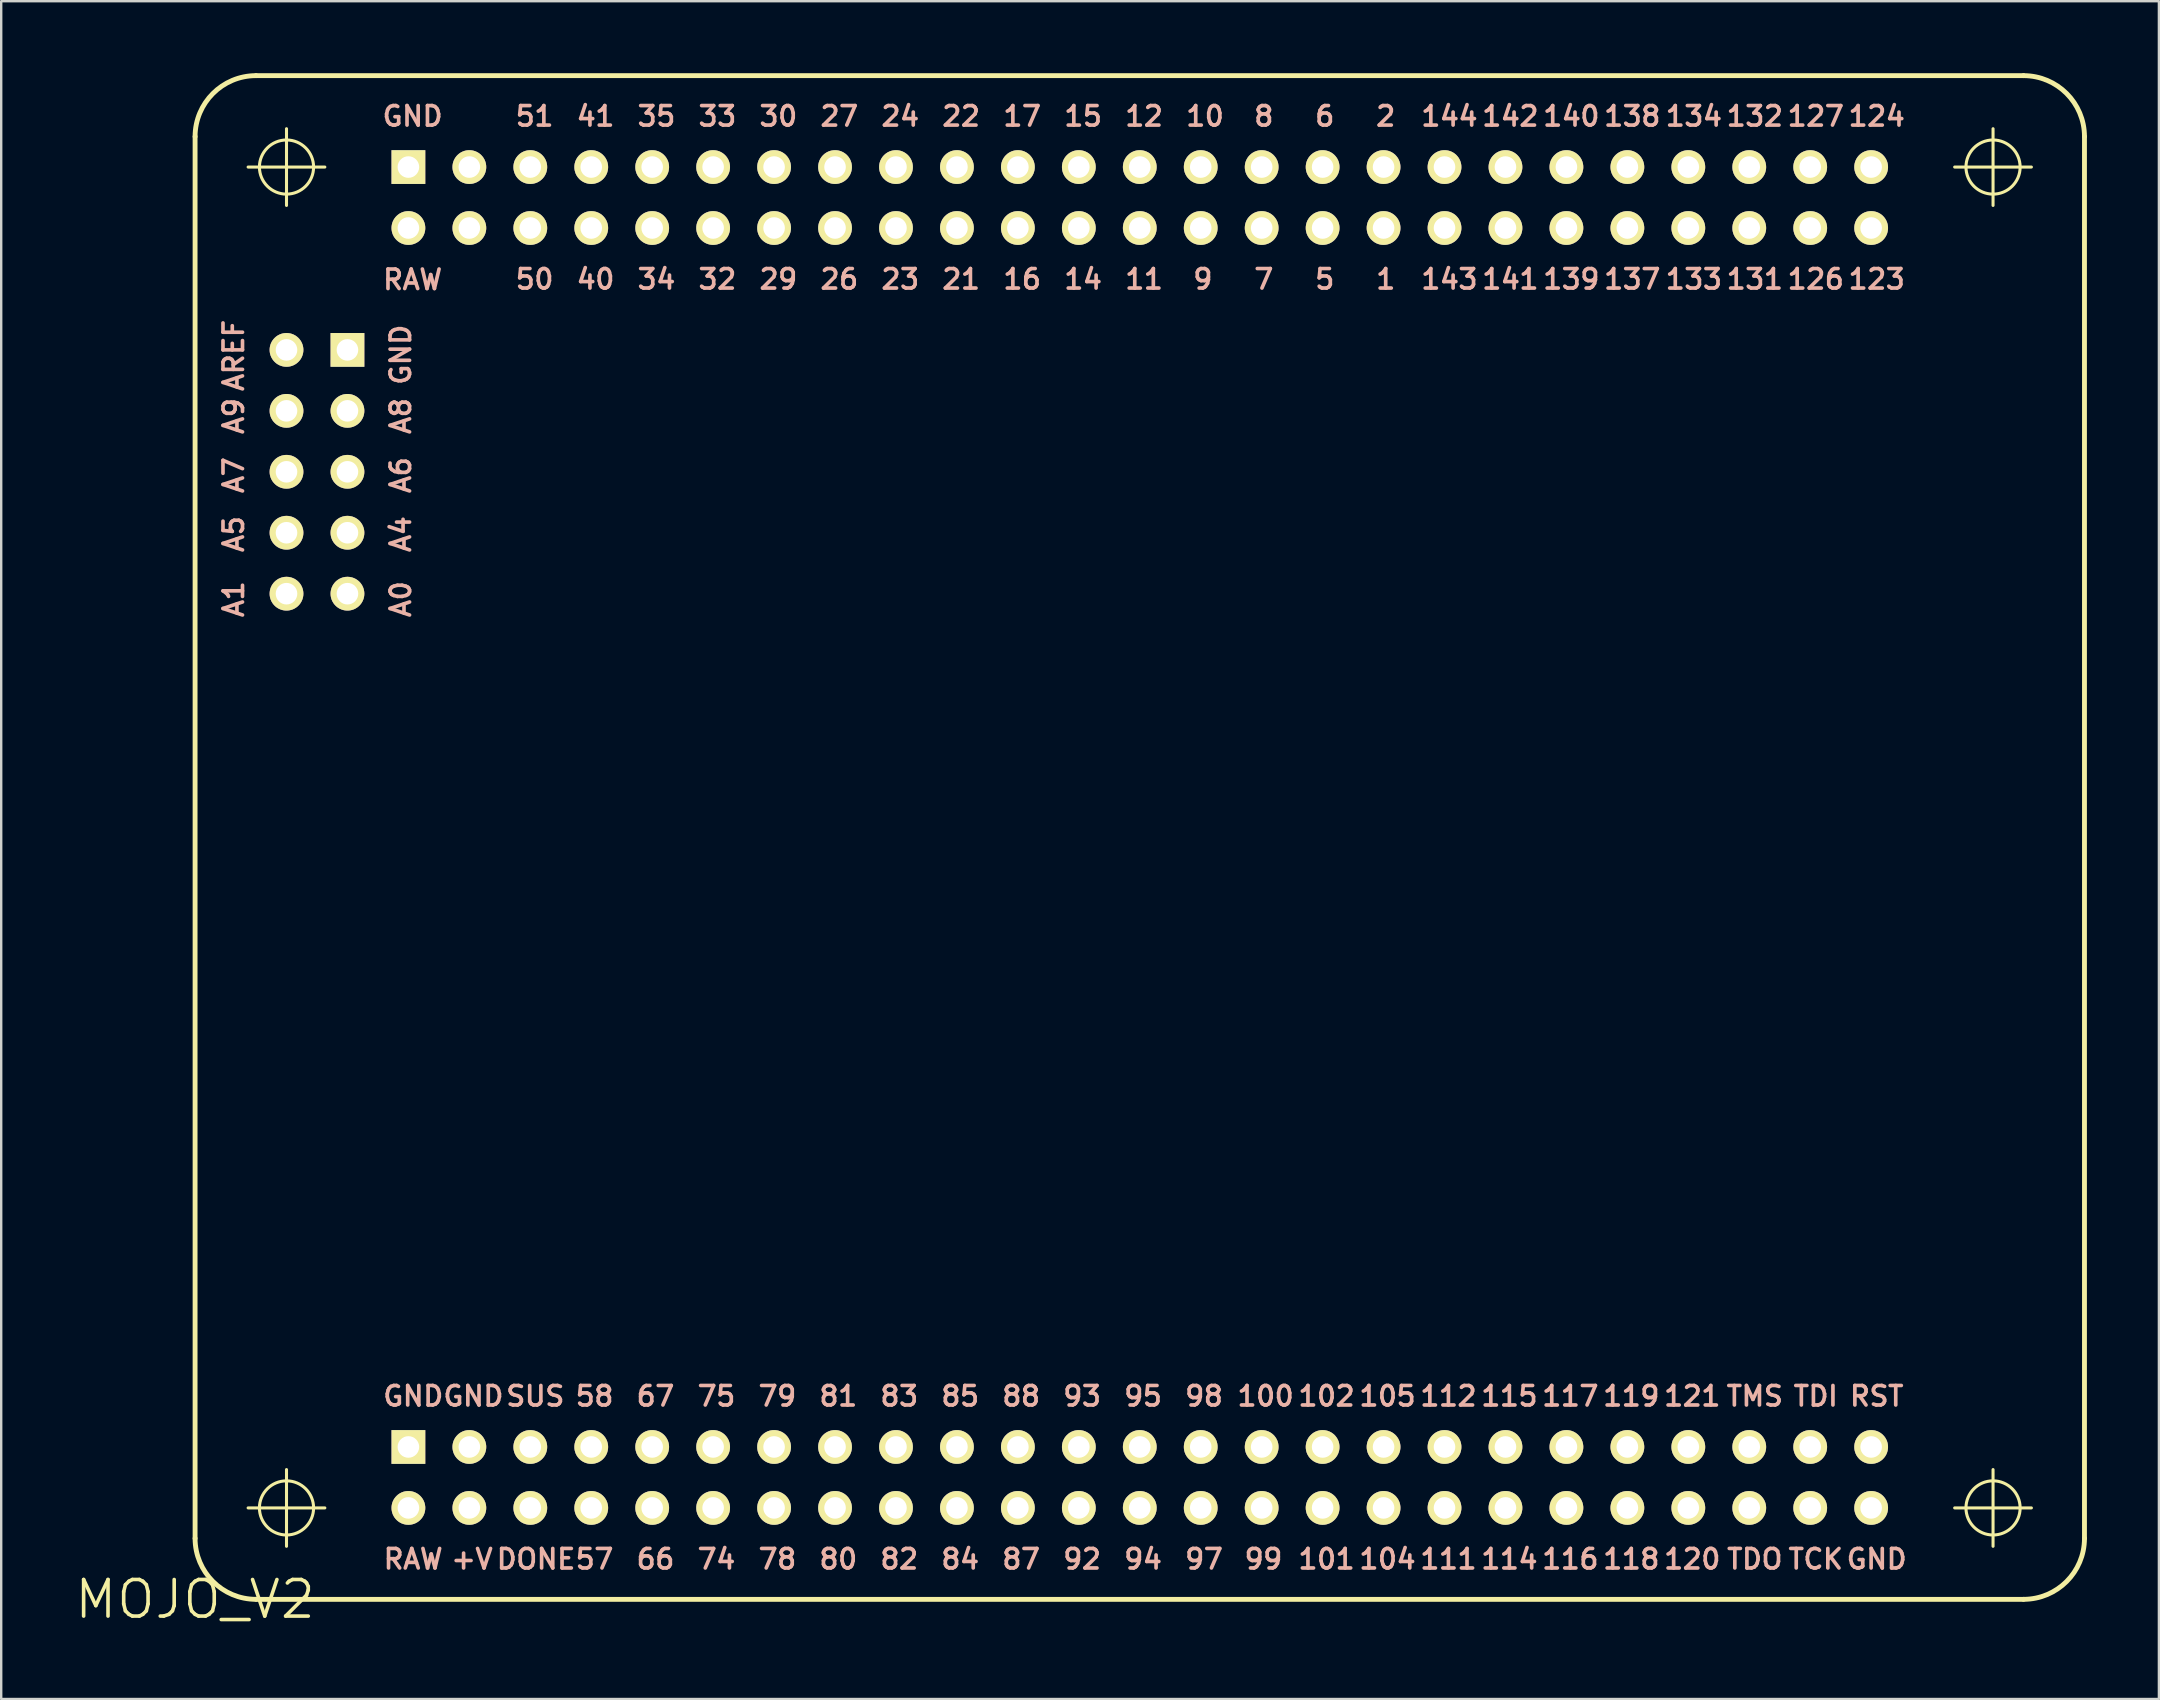
<source format=kicad_pcb>
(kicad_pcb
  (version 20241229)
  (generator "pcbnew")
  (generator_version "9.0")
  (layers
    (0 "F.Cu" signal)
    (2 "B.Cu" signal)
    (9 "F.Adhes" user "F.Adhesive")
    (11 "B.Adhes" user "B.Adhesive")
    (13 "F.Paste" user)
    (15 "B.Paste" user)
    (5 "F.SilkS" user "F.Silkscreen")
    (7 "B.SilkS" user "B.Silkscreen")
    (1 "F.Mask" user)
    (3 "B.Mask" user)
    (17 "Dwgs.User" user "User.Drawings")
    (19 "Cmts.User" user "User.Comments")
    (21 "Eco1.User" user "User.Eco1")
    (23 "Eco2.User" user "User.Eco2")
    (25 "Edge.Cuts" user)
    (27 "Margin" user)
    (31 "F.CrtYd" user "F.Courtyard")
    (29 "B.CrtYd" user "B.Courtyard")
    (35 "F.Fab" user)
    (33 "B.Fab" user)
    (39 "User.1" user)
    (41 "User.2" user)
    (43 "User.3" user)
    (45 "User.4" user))
  (footprint "MOJO_V2"
    (layer "F.Cu")
    (at 5.08 63.602)
    (property "Reference" "MOJO_V2" (at 0 0 0) (layer "F.SilkS") (effects (font (size 1.524 1.524) (thickness 0.15))))
    (attr exclude_from_pos_files exclude_from_bom)
    (fp_line (start 0 -60.96) (end 0 -2.54) (stroke (width 0.203) (type solid)) (layer "F.SilkS"))
    (fp_line (start 2.21 -59.69) (end 5.408 -59.69) (stroke (width 0.127) (type solid)) (layer "F.SilkS"))
    (fp_line (start 2.21 -3.81) (end 5.408 -3.81) (stroke (width 0.127) (type solid)) (layer "F.SilkS"))
    (fp_line (start 2.54 0) (end 76.2 0) (stroke (width 0.203) (type solid)) (layer "F.SilkS"))
    (fp_line (start 3.81 -58.09) (end 3.81 -61.288) (stroke (width 0.127) (type solid)) (layer "F.SilkS"))
    (fp_line (start 3.81 -2.21) (end 3.81 -5.408) (stroke (width 0.127) (type solid)) (layer "F.SilkS"))
    (fp_line (start 73.33 -59.69) (end 76.528 -59.69) (stroke (width 0.127) (type solid)) (layer "F.SilkS"))
    (fp_line (start 73.33 -3.81) (end 76.528 -3.81) (stroke (width 0.127) (type solid)) (layer "F.SilkS"))
    (fp_line (start 74.93 -58.09) (end 74.93 -61.288) (stroke (width 0.127) (type solid)) (layer "F.SilkS"))
    (fp_line (start 74.93 -2.21) (end 74.93 -5.408) (stroke (width 0.127) (type solid)) (layer "F.SilkS"))
    (fp_line (start 76.2 -63.5) (end 2.54 -63.5) (stroke (width 0.203) (type solid)) (layer "F.SilkS"))
    (fp_line (start 78.74 -2.54) (end 78.74 -60.96) (stroke (width 0.203) (type solid)) (layer "F.SilkS"))
    (fp_arc (start 0 -60.96) (mid 0.743949 -62.756051) (end 2.54 -63.5) (stroke (width 0.2032) (type solid)) (layer "F.SilkS"))
    (fp_arc (start 2.54 0) (mid 0.743949 -0.743949) (end 0 -2.54) (stroke (width 0.2032) (type solid)) (layer "F.SilkS"))
    (fp_arc (start 76.2 -63.5) (mid 77.996051 -62.756051) (end 78.74 -60.96) (stroke (width 0.2032) (type solid)) (layer "F.SilkS"))
    (fp_arc (start 78.74 -2.54) (mid 77.996051 -0.743949) (end 76.2 0) (stroke (width 0.2032) (type solid)) (layer "F.SilkS"))
    (fp_circle (center 3.81 -59.69) (end 4.608 -60.488) (stroke (width 0.127) (type solid)) (fill no) (layer "F.SilkS"))
    (fp_circle (center 3.81 -3.81) (end 4.608 -4.608) (stroke (width 0.127) (type solid)) (fill no) (layer "F.SilkS"))
    (fp_circle (center 74.93 -59.69) (end 75.728 -60.488) (stroke (width 0.127) (type solid)) (fill no) (layer "F.SilkS"))
    (fp_circle (center 74.93 -3.81) (end 75.728 -4.608) (stroke (width 0.127) (type solid)) (fill no) (layer "F.SilkS"))
    (fp_text user "5" (at 47.079 -55.016 0) (layer "B.SilkS") (effects (font (size 0.813 0.813) (thickness 0.152))))
    (fp_text user "GND" (at 11.6 -8.468 0) (layer "B.SilkS") (effects (font (size 0.813 0.813) (thickness 0.152))))
    (fp_text user "15" (at 37.008 -61.808 0) (layer "B.SilkS") (effects (font (size 0.813 0.813) (thickness 0.152))))
    (fp_text user "A8" (at 8.57 -49.312 270) (layer "B.SilkS") (effects (font (size 0.813 0.813) (thickness 0.152))))
    (fp_text user "144" (at 52.273 -61.808 0) (layer "B.SilkS") (effects (font (size 0.813 0.813) (thickness 0.152))))
    (fp_text user "104" (at 49.693 -1.676 0) (layer "B.SilkS") (effects (font (size 0.813 0.813) (thickness 0.152))))
    (fp_text user "41" (at 16.688 -61.808 0) (layer "B.SilkS") (effects (font (size 0.813 0.813) (thickness 0.152))))
    (fp_text user "A9" (at 1.608 -49.312 270) (layer "B.SilkS") (effects (font (size 0.813 0.813) (thickness 0.152))))
    (fp_text user "92" (at 36.967 -1.676 0) (layer "B.SilkS") (effects (font (size 0.813 0.813) (thickness 0.152))))
    (fp_text user "118" (at 59.853 -1.676 0) (layer "B.SilkS") (effects (font (size 0.813 0.813) (thickness 0.152))))
    (fp_text user "100" (at 44.613 -8.468 0) (layer "B.SilkS") (effects (font (size 0.813 0.813) (thickness 0.152))))
    (fp_text user "126" (at 67.541 -55.016 0) (layer "B.SilkS") (effects (font (size 0.813 0.813) (thickness 0.152))))
    (fp_text user "75" (at 21.727 -8.468 0) (layer "B.SilkS") (effects (font (size 0.813 0.813) (thickness 0.152))))
    (fp_text user "29" (at 24.308 -55.016 0) (layer "B.SilkS") (effects (font (size 0.813 0.813) (thickness 0.152))))
    (fp_text user "143" (at 52.273 -55.016 0) (layer "B.SilkS") (effects (font (size 0.813 0.813) (thickness 0.152))))
    (fp_text user "50" (at 14.148 -55.016 0) (layer "B.SilkS") (effects (font (size 0.813 0.813) (thickness 0.152))))
    (fp_text user "115" (at 54.773 -8.468 0) (layer "B.SilkS") (effects (font (size 0.813 0.813) (thickness 0.152))))
    (fp_text user "99" (at 44.524 -1.676 0) (layer "B.SilkS") (effects (font (size 0.813 0.813) (thickness 0.152))))
    (fp_text user "140" (at 57.353 -61.808 0) (layer "B.SilkS") (effects (font (size 0.813 0.813) (thickness 0.152))))
    (fp_text user "DONE" (at 14.209 -1.676 0) (layer "B.SilkS") (effects (font (size 0.813 0.813) (thickness 0.152))))
    (fp_text user "67" (at 19.187 -8.468 0) (layer "B.SilkS") (effects (font (size 0.813 0.813) (thickness 0.152))))
    (fp_text user "12" (at 39.548 -61.808 0) (layer "B.SilkS") (effects (font (size 0.813 0.813) (thickness 0.152))))
    (fp_text user "7" (at 44.539 -55.016 0) (layer "B.SilkS") (effects (font (size 0.813 0.813) (thickness 0.152))))
    (fp_text user "133" (at 62.461 -55.016 0) (layer "B.SilkS") (effects (font (size 0.813 0.813) (thickness 0.152))))
    (fp_text user "66" (at 19.187 -1.676 0) (layer "B.SilkS") (effects (font (size 0.813 0.813) (thickness 0.152))))
    (fp_text user "79" (at 24.267 -8.468 0) (layer "B.SilkS") (effects (font (size 0.813 0.813) (thickness 0.152))))
    (fp_text user "57" (at 16.647 -1.676 0) (layer "B.SilkS") (effects (font (size 0.813 0.813) (thickness 0.152))))
    (fp_text user "30" (at 24.308 -61.808 0) (layer "B.SilkS") (effects (font (size 0.813 0.813) (thickness 0.152))))
    (fp_text user "102" (at 47.153 -8.468 0) (layer "B.SilkS") (effects (font (size 0.813 0.813) (thickness 0.152))))
    (fp_text user "58" (at 16.647 -8.468 0) (layer "B.SilkS") (effects (font (size 0.813 0.813) (thickness 0.152))))
    (fp_text user "+V" (at 11.539 -1.676 0) (layer "B.SilkS") (effects (font (size 0.813 0.813) (thickness 0.152))))
    (fp_text user "123" (at 70.081 -55.016 0) (layer "B.SilkS") (effects (font (size 0.813 0.813) (thickness 0.152))))
    (fp_text user "101" (at 47.153 -1.676 0) (layer "B.SilkS") (effects (font (size 0.813 0.813) (thickness 0.152))))
    (fp_text user "A0" (at 8.57 -41.681 270) (layer "B.SilkS") (effects (font (size 0.813 0.813) (thickness 0.152))))
    (fp_text user "120" (at 62.393 -1.676 0) (layer "B.SilkS") (effects (font (size 0.813 0.813) (thickness 0.152))))
    (fp_text user "35" (at 19.228 -61.808 0) (layer "B.SilkS") (effects (font (size 0.813 0.813) (thickness 0.152))))
    (fp_text user "TMS" (at 65.001 -8.468 0) (layer "B.SilkS") (effects (font (size 0.813 0.813) (thickness 0.152))))
    (fp_text user "95" (at 39.507 -8.468 0) (layer "B.SilkS") (effects (font (size 0.813 0.813) (thickness 0.152))))
    (fp_text user "TCK" (at 67.541 -1.676 0) (layer "B.SilkS") (effects (font (size 0.813 0.813) (thickness 0.152))))
    (fp_text user "40" (at 16.688 -55.016 0) (layer "B.SilkS") (effects (font (size 0.813 0.813) (thickness 0.152))))
    (fp_text user "A1" (at 1.608 -41.681 270) (layer "B.SilkS") (effects (font (size 0.813 0.813) (thickness 0.152))))
    (fp_text user "112" (at 52.233 -8.468 0) (layer "B.SilkS") (effects (font (size 0.813 0.813) (thickness 0.152))))
    (fp_text user "26" (at 26.848 -55.016 0) (layer "B.SilkS") (effects (font (size 0.813 0.813) (thickness 0.152))))
    (fp_text user "GND" (at 8.57 -51.869 270) (layer "B.SilkS") (effects (font (size 0.813 0.813) (thickness 0.152))))
    (fp_text user "141" (at 54.813 -55.016 0) (layer "B.SilkS") (effects (font (size 0.813 0.813) (thickness 0.152))))
    (fp_text user "GND" (at 9.065 -61.808 0) (layer "B.SilkS") (effects (font (size 0.813 0.813) (thickness 0.152))))
    (fp_text user "80" (at 26.807 -1.676 0) (layer "B.SilkS") (effects (font (size 0.813 0.813) (thickness 0.152))))
    (fp_text user "6" (at 47.079 -61.808 0) (layer "B.SilkS") (effects (font (size 0.813 0.813) (thickness 0.152))))
    (fp_text user "17" (at 34.468 -61.808 0) (layer "B.SilkS") (effects (font (size 0.813 0.813) (thickness 0.152))))
    (fp_text user "24" (at 29.388 -61.808 0) (layer "B.SilkS") (effects (font (size 0.813 0.813) (thickness 0.152))))
    (fp_text user "A6" (at 8.57 -46.85 270) (layer "B.SilkS") (effects (font (size 0.813 0.813) (thickness 0.152))))
    (fp_text user "14" (at 37.008 -55.016 0) (layer "B.SilkS") (effects (font (size 0.813 0.813) (thickness 0.152))))
    (fp_text user "23" (at 29.388 -55.016 0) (layer "B.SilkS") (effects (font (size 0.813 0.813) (thickness 0.152))))
    (fp_text user "83" (at 29.347 -8.468 0) (layer "B.SilkS") (effects (font (size 0.813 0.813) (thickness 0.152))))
    (fp_text user "138" (at 59.893 -61.808 0) (layer "B.SilkS") (effects (font (size 0.813 0.813) (thickness 0.152))))
    (fp_text user "98" (at 42.047 -8.468 0) (layer "B.SilkS") (effects (font (size 0.813 0.813) (thickness 0.152))))
    (fp_text user "GND" (at 70.081 -1.676 0) (layer "B.SilkS") (effects (font (size 0.813 0.813) (thickness 0.152))))
    (fp_text user "A7" (at 1.608 -46.85 270) (layer "B.SilkS") (effects (font (size 0.813 0.813) (thickness 0.152))))
    (fp_text user "134" (at 62.461 -61.808 0) (layer "B.SilkS") (effects (font (size 0.813 0.813) (thickness 0.152))))
    (fp_text user "119" (at 59.853 -8.468 0) (layer "B.SilkS") (effects (font (size 0.813 0.813) (thickness 0.152))))
    (fp_text user "32" (at 21.768 -55.016 0) (layer "B.SilkS") (effects (font (size 0.813 0.813) (thickness 0.152))))
    (fp_text user "11" (at 39.548 -55.016 0) (layer "B.SilkS") (effects (font (size 0.813 0.813) (thickness 0.152))))
    (fp_text user "87" (at 34.427 -1.676 0) (layer "B.SilkS") (effects (font (size 0.813 0.813) (thickness 0.152))))
    (fp_text user "SUS" (at 14.178 -8.468 0) (layer "B.SilkS") (effects (font (size 0.813 0.813) (thickness 0.152))))
    (fp_text user "84" (at 31.887 -1.676 0) (layer "B.SilkS") (effects (font (size 0.813 0.813) (thickness 0.152))))
    (fp_text user "88" (at 34.427 -8.468 0) (layer "B.SilkS") (effects (font (size 0.813 0.813) (thickness 0.152))))
    (fp_text user "1" (at 49.619 -55.016 0) (layer "B.SilkS") (effects (font (size 0.813 0.813) (thickness 0.152))))
    (fp_text user "97" (at 42.047 -1.676 0) (layer "B.SilkS") (effects (font (size 0.813 0.813) (thickness 0.152))))
    (fp_text user "121" (at 62.393 -8.468 0) (layer "B.SilkS") (effects (font (size 0.813 0.813) (thickness 0.152))))
    (fp_text user "82" (at 29.347 -1.676 0) (layer "B.SilkS") (effects (font (size 0.813 0.813) (thickness 0.152))))
    (fp_text user "124" (at 70.081 -61.808 0) (layer "B.SilkS") (effects (font (size 0.813 0.813) (thickness 0.152))))
    (fp_text user "94" (at 39.507 -1.676 0) (layer "B.SilkS") (effects (font (size 0.813 0.813) (thickness 0.152))))
    (fp_text user "RST" (at 70.081 -8.468 0) (layer "B.SilkS") (effects (font (size 0.813 0.813) (thickness 0.152))))
    (fp_text user "TDI" (at 67.541 -8.468 0) (layer "B.SilkS") (effects (font (size 0.813 0.813) (thickness 0.152))))
    (fp_text user "114" (at 54.773 -1.676 0) (layer "B.SilkS") (effects (font (size 0.813 0.813) (thickness 0.152))))
    (fp_text user "142" (at 54.813 -61.808 0) (layer "B.SilkS") (effects (font (size 0.813 0.813) (thickness 0.152))))
    (fp_text user "8" (at 44.539 -61.808 0) (layer "B.SilkS") (effects (font (size 0.813 0.813) (thickness 0.152))))
    (fp_text user "51" (at 14.148 -61.808 0) (layer "B.SilkS") (effects (font (size 0.813 0.813) (thickness 0.152))))
    (fp_text user "TDO" (at 65.001 -1.676 0) (layer "B.SilkS") (effects (font (size 0.813 0.813) (thickness 0.152))))
    (fp_text user "74" (at 21.727 -1.676 0) (layer "B.SilkS") (effects (font (size 0.813 0.813) (thickness 0.152))))
    (fp_text user "78" (at 24.267 -1.676 0) (layer "B.SilkS") (effects (font (size 0.813 0.813) (thickness 0.152))))
    (fp_text user "139" (at 57.353 -55.016 0) (layer "B.SilkS") (effects (font (size 0.813 0.813) (thickness 0.152))))
    (fp_text user "81" (at 26.807 -8.468 0) (layer "B.SilkS") (effects (font (size 0.813 0.813) (thickness 0.152))))
    (fp_text user "85" (at 31.887 -8.468 0) (layer "B.SilkS") (effects (font (size 0.813 0.813) (thickness 0.152))))
    (fp_text user "33" (at 21.768 -61.808 0) (layer "B.SilkS") (effects (font (size 0.813 0.813) (thickness 0.152))))
    (fp_text user "AREF" (at 1.608 -51.839 270) (layer "B.SilkS") (effects (font (size 0.813 0.813) (thickness 0.152))))
    (fp_text user "A5" (at 1.608 -44.392 270) (layer "B.SilkS") (effects (font (size 0.813 0.813) (thickness 0.152))))
    (fp_text user "A4" (at 8.57 -44.392 270) (layer "B.SilkS") (effects (font (size 0.813 0.813) (thickness 0.152))))
    (fp_text user "117" (at 57.313 -8.468 0) (layer "B.SilkS") (effects (font (size 0.813 0.813) (thickness 0.152))))
    (fp_text user "9" (at 41.999 -55.016 0) (layer "B.SilkS") (effects (font (size 0.813 0.813) (thickness 0.152))))
    (fp_text user "RAW" (at 9.088 -1.676 0) (layer "B.SilkS") (effects (font (size 0.813 0.813) (thickness 0.152))))
    (fp_text user "10" (at 42.088 -61.808 0) (layer "B.SilkS") (effects (font (size 0.813 0.813) (thickness 0.152))))
    (fp_text user "111" (at 52.233 -1.676 0) (layer "B.SilkS") (effects (font (size 0.813 0.813) (thickness 0.152))))
    (fp_text user "34" (at 19.228 -55.016 0) (layer "B.SilkS") (effects (font (size 0.813 0.813) (thickness 0.152))))
    (fp_text user "105" (at 49.693 -8.468 0) (layer "B.SilkS") (effects (font (size 0.813 0.813) (thickness 0.152))))
    (fp_text user "GND" (at 9.093 -8.468 0) (layer "B.SilkS") (effects (font (size 0.813 0.813) (thickness 0.152))))
    (fp_text user "2" (at 49.619 -61.808 0) (layer "B.SilkS") (effects (font (size 0.813 0.813) (thickness 0.152))))
    (fp_text user "132" (at 65.001 -61.808 0) (layer "B.SilkS") (effects (font (size 0.813 0.813) (thickness 0.152))))
    (fp_text user "27" (at 26.848 -61.808 0) (layer "B.SilkS") (effects (font (size 0.813 0.813) (thickness 0.152))))
    (fp_text user "21" (at 31.925 -55.016 0) (layer "B.SilkS") (effects (font (size 0.813 0.813) (thickness 0.152))))
    (fp_text user "131" (at 65.001 -55.016 0) (layer "B.SilkS") (effects (font (size 0.813 0.813) (thickness 0.152))))
    (fp_text user "RAW" (at 9.065 -54.996 0) (layer "B.SilkS") (effects (font (size 0.813 0.813) (thickness 0.152))))
    (fp_text user "137" (at 59.893 -55.016 0) (layer "B.SilkS") (effects (font (size 0.813 0.813) (thickness 0.152))))
    (fp_text user "93" (at 36.967 -8.468 0) (layer "B.SilkS") (effects (font (size 0.813 0.813) (thickness 0.152))))
    (fp_text user "22" (at 31.925 -61.808 0) (layer "B.SilkS") (effects (font (size 0.813 0.813) (thickness 0.152))))
    (fp_text user "127" (at 67.541 -61.808 0) (layer "B.SilkS") (effects (font (size 0.813 0.813) (thickness 0.152))))
    (fp_text user "16" (at 34.468 -55.016 0) (layer "B.SilkS") (effects (font (size 0.813 0.813) (thickness 0.152))))
    (fp_text user "116" (at 57.313 -1.676 0) (layer "B.SilkS") (effects (font (size 0.813 0.813) (thickness 0.152))))
    (pad "1" thru_hole circle (at 49.53 -57.15) (size 1.407 1.407) (drill 0.899) (layers "*.Cu" "F.Mask" "F.SilkS" "F.Paste"))
    (pad "2" thru_hole circle (at 49.53 -59.69) (size 1.407 1.407) (drill 0.899) (layers "*.Cu" "F.Mask" "F.SilkS" "F.Paste"))
    (pad "5" thru_hole circle (at 46.99 -57.15) (size 1.407 1.407) (drill 0.899) (layers "*.Cu" "F.Mask" "F.SilkS" "F.Paste"))
    (pad "6" thru_hole circle (at 46.99 -59.69) (size 1.407 1.407) (drill 0.899) (layers "*.Cu" "F.Mask" "F.SilkS" "F.Paste"))
    (pad "7" thru_hole circle (at 44.45 -57.15) (size 1.407 1.407) (drill 0.899) (layers "*.Cu" "F.Mask" "F.SilkS" "F.Paste"))
    (pad "8" thru_hole circle (at 44.45 -59.69) (size 1.407 1.407) (drill 0.899) (layers "*.Cu" "F.Mask" "F.SilkS" "F.Paste"))
    (pad "9" thru_hole circle (at 41.91 -57.15) (size 1.407 1.407) (drill 0.899) (layers "*.Cu" "F.Mask" "F.SilkS" "F.Paste"))
    (pad "10" thru_hole circle (at 41.91 -59.69) (size 1.407 1.407) (drill 0.899) (layers "*.Cu" "F.Mask" "F.SilkS" "F.Paste"))
    (pad "11" thru_hole circle (at 39.37 -57.15) (size 1.407 1.407) (drill 0.899) (layers "*.Cu" "F.Mask" "F.SilkS" "F.Paste"))
    (pad "12" thru_hole circle (at 39.37 -59.69) (size 1.407 1.407) (drill 0.899) (layers "*.Cu" "F.Mask" "F.SilkS" "F.Paste"))
    (pad "14" thru_hole circle (at 36.83 -57.15) (size 1.407 1.407) (drill 0.899) (layers "*.Cu" "F.Mask" "F.SilkS" "F.Paste"))
    (pad "15" thru_hole circle (at 36.83 -59.69) (size 1.407 1.407) (drill 0.899) (layers "*.Cu" "F.Mask" "F.SilkS" "F.Paste"))
    (pad "16" thru_hole circle (at 34.29 -57.15) (size 1.407 1.407) (drill 0.899) (layers "*.Cu" "F.Mask" "F.SilkS" "F.Paste"))
    (pad "17" thru_hole circle (at 34.29 -59.69) (size 1.407 1.407) (drill 0.899) (layers "*.Cu" "F.Mask" "F.SilkS" "F.Paste"))
    (pad "21" thru_hole circle (at 31.75 -57.15) (size 1.407 1.407) (drill 0.899) (layers "*.Cu" "F.Mask" "F.SilkS" "F.Paste"))
    (pad "22" thru_hole circle (at 31.75 -59.69) (size 1.407 1.407) (drill 0.899) (layers "*.Cu" "F.Mask" "F.SilkS" "F.Paste"))
    (pad "23" thru_hole circle (at 29.21 -57.15) (size 1.407 1.407) (drill 0.899) (layers "*.Cu" "F.Mask" "F.SilkS" "F.Paste"))
    (pad "24" thru_hole circle (at 29.21 -59.69) (size 1.407 1.407) (drill 0.899) (layers "*.Cu" "F.Mask" "F.SilkS" "F.Paste"))
    (pad "26" thru_hole circle (at 26.67 -57.15) (size 1.407 1.407) (drill 0.899) (layers "*.Cu" "F.Mask" "F.SilkS" "F.Paste"))
    (pad "27" thru_hole circle (at 26.67 -59.69) (size 1.407 1.407) (drill 0.899) (layers "*.Cu" "F.Mask" "F.SilkS" "F.Paste"))
    (pad "29" thru_hole circle (at 24.13 -57.15) (size 1.407 1.407) (drill 0.899) (layers "*.Cu" "F.Mask" "F.SilkS" "F.Paste"))
    (pad "30" thru_hole circle (at 24.13 -59.69) (size 1.407 1.407) (drill 0.899) (layers "*.Cu" "F.Mask" "F.SilkS" "F.Paste"))
    (pad "32" thru_hole circle (at 21.59 -57.15) (size 1.407 1.407) (drill 0.899) (layers "*.Cu" "F.Mask" "F.SilkS" "F.Paste"))
    (pad "33" thru_hole circle (at 21.59 -59.69) (size 1.407 1.407) (drill 0.899) (layers "*.Cu" "F.Mask" "F.SilkS" "F.Paste"))
    (pad "34" thru_hole circle (at 19.05 -57.15) (size 1.407 1.407) (drill 0.899) (layers "*.Cu" "F.Mask" "F.SilkS" "F.Paste"))
    (pad "35" thru_hole circle (at 19.05 -59.69) (size 1.407 1.407) (drill 0.899) (layers "*.Cu" "F.Mask" "F.SilkS" "F.Paste"))
    (pad "40" thru_hole circle (at 16.51 -57.15) (size 1.407 1.407) (drill 0.899) (layers "*.Cu" "F.Mask" "F.SilkS" "F.Paste"))
    (pad "41" thru_hole circle (at 16.51 -59.69) (size 1.407 1.407) (drill 0.899) (layers "*.Cu" "F.Mask" "F.SilkS" "F.Paste"))
    (pad "50" thru_hole circle (at 13.97 -57.15) (size 1.407 1.407) (drill 0.899) (layers "*.Cu" "F.Mask" "F.SilkS" "F.Paste"))
    (pad "51" thru_hole circle (at 13.97 -59.69) (size 1.407 1.407) (drill 0.899) (layers "*.Cu" "F.Mask" "F.SilkS" "F.Paste"))
    (pad "57" thru_hole circle (at 16.51 -3.81) (size 1.407 1.407) (drill 0.899) (layers "*.Cu" "F.Mask" "F.SilkS" "F.Paste"))
    (pad "58" thru_hole circle (at 16.51 -6.35) (size 1.407 1.407) (drill 0.899) (layers "*.Cu" "F.Mask" "F.SilkS" "F.Paste"))
    (pad "66" thru_hole circle (at 19.05 -3.81) (size 1.407 1.407) (drill 0.899) (layers "*.Cu" "F.Mask" "F.SilkS" "F.Paste"))
    (pad "67" thru_hole circle (at 19.05 -6.35) (size 1.407 1.407) (drill 0.899) (layers "*.Cu" "F.Mask" "F.SilkS" "F.Paste"))
    (pad "74" thru_hole circle (at 21.59 -3.81) (size 1.407 1.407) (drill 0.899) (layers "*.Cu" "F.Mask" "F.SilkS" "F.Paste"))
    (pad "75" thru_hole circle (at 21.59 -6.35) (size 1.407 1.407) (drill 0.899) (layers "*.Cu" "F.Mask" "F.SilkS" "F.Paste"))
    (pad "78" thru_hole circle (at 24.13 -3.81) (size 1.407 1.407) (drill 0.899) (layers "*.Cu" "F.Mask" "F.SilkS" "F.Paste"))
    (pad "79" thru_hole circle (at 24.13 -6.35) (size 1.407 1.407) (drill 0.899) (layers "*.Cu" "F.Mask" "F.SilkS" "F.Paste"))
    (pad "80" thru_hole circle (at 26.67 -3.81) (size 1.407 1.407) (drill 0.899) (layers "*.Cu" "F.Mask" "F.SilkS" "F.Paste"))
    (pad "81" thru_hole circle (at 26.67 -6.35) (size 1.407 1.407) (drill 0.899) (layers "*.Cu" "F.Mask" "F.SilkS" "F.Paste"))
    (pad "82" thru_hole circle (at 29.21 -3.81) (size 1.407 1.407) (drill 0.899) (layers "*.Cu" "F.Mask" "F.SilkS" "F.Paste"))
    (pad "83" thru_hole circle (at 29.21 -6.35) (size 1.407 1.407) (drill 0.899) (layers "*.Cu" "F.Mask" "F.SilkS" "F.Paste"))
    (pad "84" thru_hole circle (at 31.75 -3.81) (size 1.407 1.407) (drill 0.899) (layers "*.Cu" "F.Mask" "F.SilkS" "F.Paste"))
    (pad "85" thru_hole circle (at 31.75 -6.35) (size 1.407 1.407) (drill 0.899) (layers "*.Cu" "F.Mask" "F.SilkS" "F.Paste"))
    (pad "87" thru_hole circle (at 34.29 -3.81) (size 1.407 1.407) (drill 0.899) (layers "*.Cu" "F.Mask" "F.SilkS" "F.Paste"))
    (pad "88" thru_hole circle (at 34.29 -6.35) (size 1.407 1.407) (drill 0.899) (layers "*.Cu" "F.Mask" "F.SilkS" "F.Paste"))
    (pad "92" thru_hole circle (at 36.83 -3.81) (size 1.407 1.407) (drill 0.899) (layers "*.Cu" "F.Mask" "F.SilkS" "F.Paste"))
    (pad "93" thru_hole circle (at 36.83 -6.35) (size 1.407 1.407) (drill 0.899) (layers "*.Cu" "F.Mask" "F.SilkS" "F.Paste"))
    (pad "94" thru_hole circle (at 39.37 -3.81) (size 1.407 1.407) (drill 0.899) (layers "*.Cu" "F.Mask" "F.SilkS" "F.Paste"))
    (pad "95" thru_hole circle (at 39.37 -6.35) (size 1.407 1.407) (drill 0.899) (layers "*.Cu" "F.Mask" "F.SilkS" "F.Paste"))
    (pad "97" thru_hole circle (at 41.91 -3.81) (size 1.407 1.407) (drill 0.899) (layers "*.Cu" "F.Mask" "F.SilkS" "F.Paste"))
    (pad "98" thru_hole circle (at 41.91 -6.35) (size 1.407 1.407) (drill 0.899) (layers "*.Cu" "F.Mask" "F.SilkS" "F.Paste"))
    (pad "99" thru_hole circle (at 44.45 -3.81) (size 1.407 1.407) (drill 0.899) (layers "*.Cu" "F.Mask" "F.SilkS" "F.Paste"))
    (pad "100" thru_hole circle (at 44.45 -6.35) (size 1.407 1.407) (drill 0.899) (layers "*.Cu" "F.Mask" "F.SilkS" "F.Paste"))
    (pad "101" thru_hole circle (at 46.99 -3.81) (size 1.407 1.407) (drill 0.899) (layers "*.Cu" "F.Mask" "F.SilkS" "F.Paste"))
    (pad "102" thru_hole circle (at 46.99 -6.35) (size 1.407 1.407) (drill 0.899) (layers "*.Cu" "F.Mask" "F.SilkS" "F.Paste"))
    (pad "104" thru_hole circle (at 49.53 -3.81) (size 1.407 1.407) (drill 0.899) (layers "*.Cu" "F.Mask" "F.SilkS" "F.Paste"))
    (pad "105" thru_hole circle (at 49.53 -6.35) (size 1.407 1.407) (drill 0.899) (layers "*.Cu" "F.Mask" "F.SilkS" "F.Paste"))
    (pad "111" thru_hole circle (at 52.07 -3.81) (size 1.407 1.407) (drill 0.899) (layers "*.Cu" "F.Mask" "F.SilkS" "F.Paste"))
    (pad "112" thru_hole circle (at 52.07 -6.35) (size 1.407 1.407) (drill 0.899) (layers "*.Cu" "F.Mask" "F.SilkS" "F.Paste"))
    (pad "114" thru_hole circle (at 54.61 -3.81) (size 1.407 1.407) (drill 0.899) (layers "*.Cu" "F.Mask" "F.SilkS" "F.Paste"))
    (pad "115" thru_hole circle (at 54.61 -6.35) (size 1.407 1.407) (drill 0.899) (layers "*.Cu" "F.Mask" "F.SilkS" "F.Paste"))
    (pad "116" thru_hole circle (at 57.15 -3.81) (size 1.407 1.407) (drill 0.899) (layers "*.Cu" "F.Mask" "F.SilkS" "F.Paste"))
    (pad "117" thru_hole circle (at 57.15 -6.35) (size 1.407 1.407) (drill 0.899) (layers "*.Cu" "F.Mask" "F.SilkS" "F.Paste"))
    (pad "118" thru_hole circle (at 59.69 -3.81) (size 1.407 1.407) (drill 0.899) (layers "*.Cu" "F.Mask" "F.SilkS" "F.Paste"))
    (pad "119" thru_hole circle (at 59.69 -6.35) (size 1.407 1.407) (drill 0.899) (layers "*.Cu" "F.Mask" "F.SilkS" "F.Paste"))
    (pad "120" thru_hole circle (at 62.23 -3.81) (size 1.407 1.407) (drill 0.899) (layers "*.Cu" "F.Mask" "F.SilkS" "F.Paste"))
    (pad "121" thru_hole circle (at 62.23 -6.35) (size 1.407 1.407) (drill 0.899) (layers "*.Cu" "F.Mask" "F.SilkS" "F.Paste"))
    (pad "123" thru_hole circle (at 69.85 -57.15) (size 1.407 1.407) (drill 0.899) (layers "*.Cu" "F.Mask" "F.SilkS" "F.Paste"))
    (pad "124" thru_hole circle (at 69.85 -59.69) (size 1.407 1.407) (drill 0.899) (layers "*.Cu" "F.Mask" "F.SilkS" "F.Paste"))
    (pad "126" thru_hole circle (at 67.31 -57.15) (size 1.407 1.407) (drill 0.899) (layers "*.Cu" "F.Mask" "F.SilkS" "F.Paste"))
    (pad "127" thru_hole circle (at 67.31 -59.69) (size 1.407 1.407) (drill 0.899) (layers "*.Cu" "F.Mask" "F.SilkS" "F.Paste"))
    (pad "131" thru_hole circle (at 64.77 -57.15) (size 1.407 1.407) (drill 0.899) (layers "*.Cu" "F.Mask" "F.SilkS" "F.Paste"))
    (pad "132" thru_hole circle (at 64.77 -59.69) (size 1.407 1.407) (drill 0.899) (layers "*.Cu" "F.Mask" "F.SilkS" "F.Paste"))
    (pad "133" thru_hole circle (at 62.23 -57.15) (size 1.407 1.407) (drill 0.899) (layers "*.Cu" "F.Mask" "F.SilkS" "F.Paste"))
    (pad "134" thru_hole circle (at 62.23 -59.69) (size 1.407 1.407) (drill 0.899) (layers "*.Cu" "F.Mask" "F.SilkS" "F.Paste"))
    (pad "137" thru_hole circle (at 59.69 -57.15) (size 1.407 1.407) (drill 0.899) (layers "*.Cu" "F.Mask" "F.SilkS" "F.Paste"))
    (pad "138" thru_hole circle (at 59.69 -59.69) (size 1.407 1.407) (drill 0.899) (layers "*.Cu" "F.Mask" "F.SilkS" "F.Paste"))
    (pad "139" thru_hole circle (at 57.15 -57.15) (size 1.407 1.407) (drill 0.899) (layers "*.Cu" "F.Mask" "F.SilkS" "F.Paste"))
    (pad "140" thru_hole circle (at 57.15 -59.69) (size 1.407 1.407) (drill 0.899) (layers "*.Cu" "F.Mask" "F.SilkS" "F.Paste"))
    (pad "141" thru_hole circle (at 54.61 -57.15) (size 1.407 1.407) (drill 0.899) (layers "*.Cu" "F.Mask" "F.SilkS" "F.Paste"))
    (pad "142" thru_hole circle (at 54.61 -59.69) (size 1.407 1.407) (drill 0.899) (layers "*.Cu" "F.Mask" "F.SilkS" "F.Paste"))
    (pad "143" thru_hole circle (at 52.07 -57.15) (size 1.407 1.407) (drill 0.899) (layers "*.Cu" "F.Mask" "F.SilkS" "F.Paste"))
    (pad "144" thru_hole circle (at 52.07 -59.69) (size 1.407 1.407) (drill 0.899) (layers "*.Cu" "F.Mask" "F.SilkS" "F.Paste"))
    (pad "A0" thru_hole circle (at 6.35 -41.91) (size 1.407 1.407) (drill 0.899) (layers "*.Cu" "F.Mask" "F.SilkS" "F.Paste"))
    (pad "A1" thru_hole circle (at 3.81 -41.91) (size 1.407 1.407) (drill 0.899) (layers "*.Cu" "F.Mask" "F.SilkS" "F.Paste"))
    (pad "A4" thru_hole circle (at 6.35 -44.45) (size 1.407 1.407) (drill 0.899) (layers "*.Cu" "F.Mask" "F.SilkS" "F.Paste"))
    (pad "A5" thru_hole circle (at 3.81 -44.45) (size 1.407 1.407) (drill 0.899) (layers "*.Cu" "F.Mask" "F.SilkS" "F.Paste"))
    (pad "A6" thru_hole circle (at 6.35 -46.99) (size 1.407 1.407) (drill 0.899) (layers "*.Cu" "F.Mask" "F.SilkS" "F.Paste"))
    (pad "A7" thru_hole circle (at 3.81 -46.99) (size 1.407 1.407) (drill 0.899) (layers "*.Cu" "F.Mask" "F.SilkS" "F.Paste"))
    (pad "A8" thru_hole circle (at 6.35 -49.53) (size 1.407 1.407) (drill 0.899) (layers "*.Cu" "F.Mask" "F.SilkS" "F.Paste"))
    (pad "A9" thru_hole circle (at 3.81 -49.53) (size 1.407 1.407) (drill 0.899) (layers "*.Cu" "F.Mask" "F.SilkS" "F.Paste"))
    (pad "AREF" thru_hole circle (at 3.81 -52.07) (size 1.407 1.407) (drill 0.899) (layers "*.Cu" "F.Mask" "F.SilkS" "F.Paste"))
    (pad "DONE" thru_hole circle (at 13.97 -3.81) (size 1.407 1.407) (drill 0.899) (layers "*.Cu" "F.Mask" "F.SilkS" "F.Paste"))
    (pad "GND@" thru_hole rect (at 6.35 -52.07) (size 1.407 1.407) (drill 0.899) (layers "*.Cu" "F.Mask" "F.SilkS" "F.Paste"))
    (pad "GND@" thru_hole rect (at 8.89 -59.69) (size 1.407 1.407) (drill 0.899) (layers "*.Cu" "F.Mask" "F.SilkS" "F.Paste"))
    (pad "GND@" thru_hole rect (at 8.89 -6.35) (size 1.407 1.407) (drill 0.899) (layers "*.Cu" "F.Mask" "F.SilkS" "F.Paste"))
    (pad "GND@" thru_hole circle (at 11.43 -59.69) (size 1.407 1.407) (drill 0.899) (layers "*.Cu" "F.Mask" "F.SilkS" "F.Paste"))
    (pad "GND@" thru_hole circle (at 11.43 -6.35) (size 1.407 1.407) (drill 0.899) (layers "*.Cu" "F.Mask" "F.SilkS" "F.Paste"))
    (pad "GND@" thru_hole circle (at 69.85 -3.81) (size 1.407 1.407) (drill 0.899) (layers "*.Cu" "F.Mask" "F.SilkS" "F.Paste"))
    (pad "RAW@" thru_hole circle (at 8.89 -57.15) (size 1.407 1.407) (drill 0.899) (layers "*.Cu" "F.Mask" "F.SilkS" "F.Paste"))
    (pad "RAW@" thru_hole circle (at 8.89 -3.81) (size 1.407 1.407) (drill 0.899) (layers "*.Cu" "F.Mask" "F.SilkS" "F.Paste"))
    (pad "RST" thru_hole circle (at 69.85 -6.35) (size 1.407 1.407) (drill 0.899) (layers "*.Cu" "F.Mask" "F.SilkS" "F.Paste"))
    (pad "SUS" thru_hole circle (at 13.97 -6.35) (size 1.407 1.407) (drill 0.899) (layers "*.Cu" "F.Mask" "F.SilkS" "F.Paste"))
    (pad "TCK" thru_hole circle (at 67.31 -3.81) (size 1.407 1.407) (drill 0.899) (layers "*.Cu" "F.Mask" "F.SilkS" "F.Paste"))
    (pad "TDI" thru_hole circle (at 67.31 -6.35) (size 1.407 1.407) (drill 0.899) (layers "*.Cu" "F.Mask" "F.SilkS" "F.Paste"))
    (pad "TDO" thru_hole circle (at 64.77 -3.81) (size 1.407 1.407) (drill 0.899) (layers "*.Cu" "F.Mask" "F.SilkS" "F.Paste"))
    (pad "TMS" thru_hole circle (at 64.77 -6.35) (size 1.407 1.407) (drill 0.899) (layers "*.Cu" "F.Mask" "F.SilkS" "F.Paste"))
    (pad "V@1" thru_hole circle (at 11.43 -57.15) (size 1.407 1.407) (drill 0.899) (layers "*.Cu" "F.Mask" "F.SilkS" "F.Paste"))
    (pad "V@2" thru_hole circle (at 11.43 -3.81) (size 1.407 1.407) (drill 0.899) (layers "*.Cu" "F.Mask" "F.SilkS" "F.Paste")))
  (gr_rect
    (start -3 -3)
    (end 86.922 67.756)
    (stroke (width 0.1) (type default))
    (fill no)
    (layer "Edge.Cuts")))
</source>
